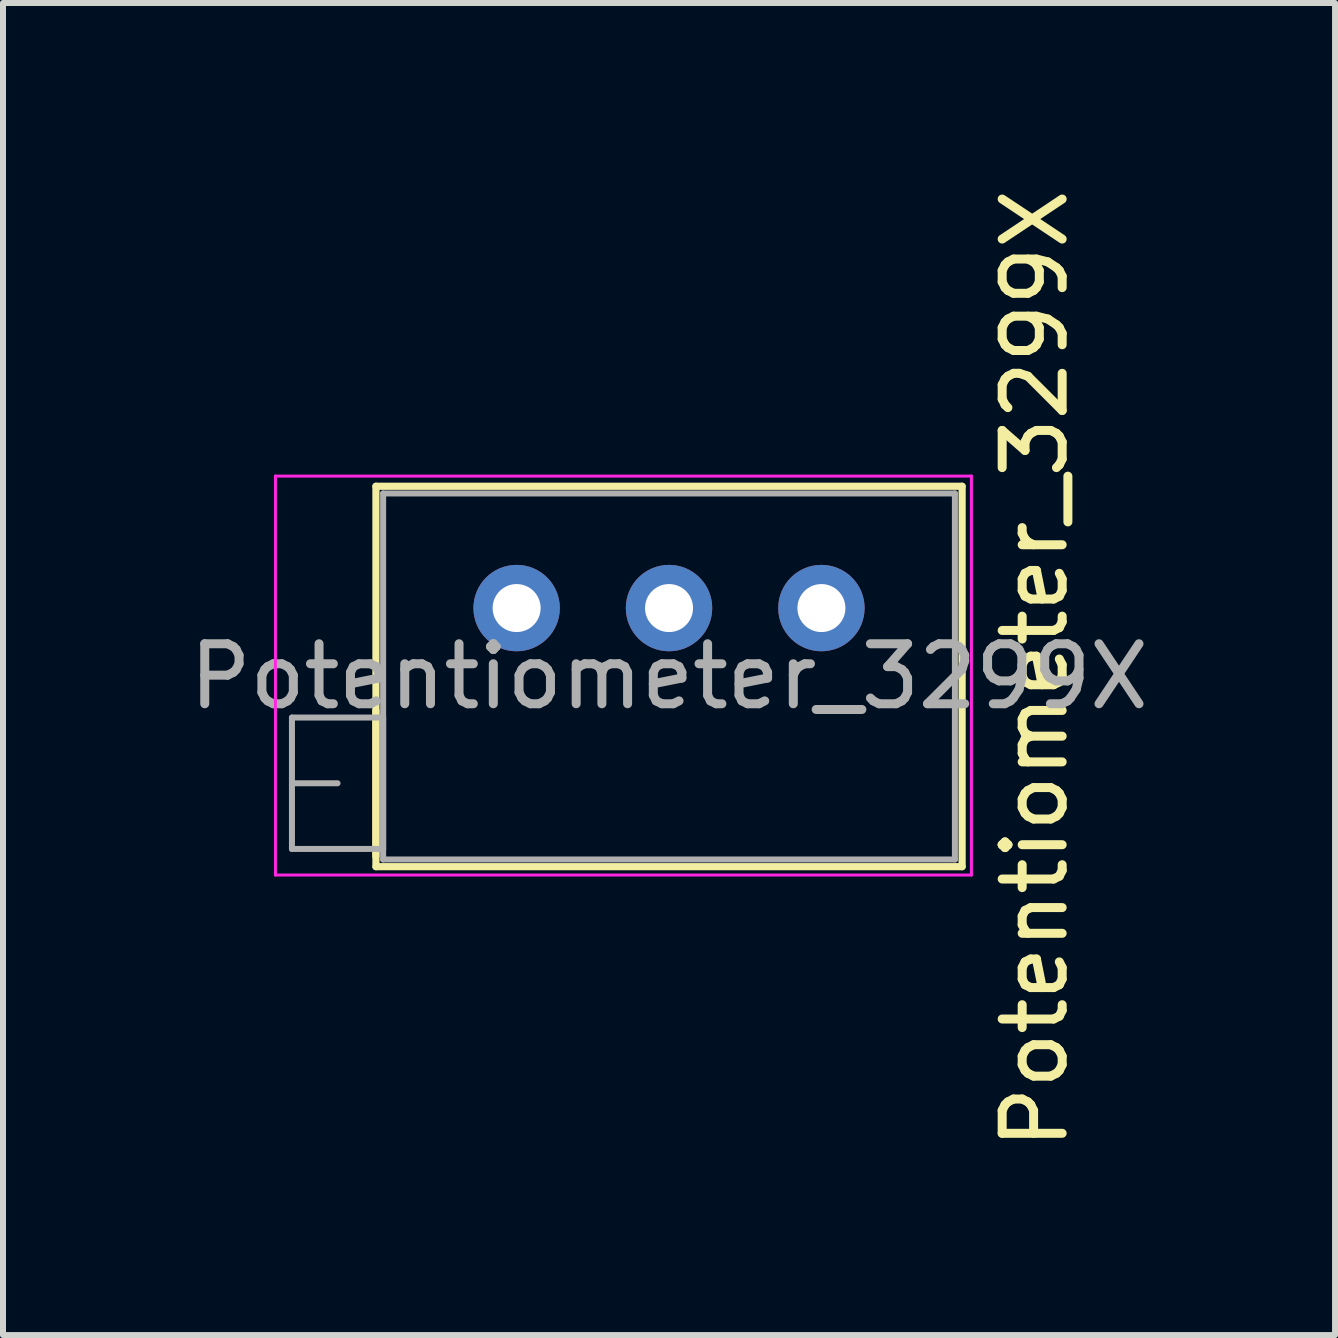
<source format=kicad_pcb>
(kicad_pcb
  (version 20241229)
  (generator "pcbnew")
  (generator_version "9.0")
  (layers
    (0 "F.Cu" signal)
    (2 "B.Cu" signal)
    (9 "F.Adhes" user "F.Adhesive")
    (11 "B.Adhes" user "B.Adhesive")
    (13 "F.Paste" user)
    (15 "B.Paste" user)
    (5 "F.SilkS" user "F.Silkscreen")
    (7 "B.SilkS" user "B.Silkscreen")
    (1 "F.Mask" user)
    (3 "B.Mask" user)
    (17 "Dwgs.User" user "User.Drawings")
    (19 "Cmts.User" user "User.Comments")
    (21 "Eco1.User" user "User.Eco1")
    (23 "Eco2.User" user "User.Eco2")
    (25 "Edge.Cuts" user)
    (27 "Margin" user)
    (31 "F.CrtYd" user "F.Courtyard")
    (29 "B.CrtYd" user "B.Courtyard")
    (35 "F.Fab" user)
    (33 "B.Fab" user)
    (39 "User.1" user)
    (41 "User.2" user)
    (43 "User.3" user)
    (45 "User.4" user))
  (footprint "Potentiometer_3299X"
    (layer "F.Cu")
    (at 10.641 7.085)
    (property "Reference" "Potentiometer_3299X" (at 3.558 1.016 90) (layer "F.SilkS") (effects (font (size 1 1) (thickness 0.15))))
    (attr through_hole)
    (fp_line (start -7.426 1.705) (end -7.426 4.135) (stroke (width 0.12) (type solid)) (layer "F.SilkS"))
    (fp_line (start -7.425 -2.03) (end -7.425 4.31) (stroke (width 0.12) (type solid)) (layer "F.SilkS"))
    (fp_line (start -7.425 -2.03) (end 2.345 -2.03) (stroke (width 0.12) (type solid)) (layer "F.SilkS"))
    (fp_line (start -7.425 4.31) (end 2.345 4.31) (stroke (width 0.12) (type solid)) (layer "F.SilkS"))
    (fp_line (start 2.345 -2.03) (end 2.345 4.31) (stroke (width 0.12) (type solid)) (layer "F.SilkS"))
    (fp_line (start -9.1 -2.2) (end -9.1 4.45) (stroke (width 0.05) (type solid)) (layer "F.CrtYd"))
    (fp_line (start -9.1 4.45) (end 2.5 4.45) (stroke (width 0.05) (type solid)) (layer "F.CrtYd"))
    (fp_line (start 2.5 -2.2) (end -9.1 -2.2) (stroke (width 0.05) (type solid)) (layer "F.CrtYd"))
    (fp_line (start 2.5 4.45) (end 2.5 -2.2) (stroke (width 0.05) (type solid)) (layer "F.CrtYd"))
    (fp_line (start -8.825 1.825) (end -8.825 4.015) (stroke (width 0.1) (type solid)) (layer "F.Fab"))
    (fp_line (start -8.825 2.92) (end -8.065 2.92) (stroke (width 0.1) (type solid)) (layer "F.Fab"))
    (fp_line (start -8.825 4.015) (end -7.305 4.015) (stroke (width 0.1) (type solid)) (layer "F.Fab"))
    (fp_line (start -7.305 -1.91) (end -7.305 4.19) (stroke (width 0.1) (type solid)) (layer "F.Fab"))
    (fp_line (start -7.305 1.825) (end -8.825 1.825) (stroke (width 0.1) (type solid)) (layer "F.Fab"))
    (fp_line (start -7.305 4.015) (end -7.305 1.825) (stroke (width 0.1) (type solid)) (layer "F.Fab"))
    (fp_line (start -7.305 4.19) (end 2.225 4.19) (stroke (width 0.1) (type solid)) (layer "F.Fab"))
    (fp_line (start 2.225 -1.91) (end -7.305 -1.91) (stroke (width 0.1) (type solid)) (layer "F.Fab"))
    (fp_line (start 2.225 4.19) (end 2.225 -1.91) (stroke (width 0.1) (type solid)) (layer "F.Fab"))
    (fp_text user "${REFERENCE}" (at -2.54 1.14 0) (layer "F.Fab") (effects (font (size 1 1) (thickness 0.15))))
    (pad "1" thru_hole circle (at 0 0) (size 1.44 1.44) (drill 0.8) (layers "*.Cu" "*.Mask"))
    (pad "2" thru_hole circle (at -2.54 0) (size 1.44 1.44) (drill 0.8) (layers "*.Cu" "*.Mask"))
    (pad "3" thru_hole circle (at -5.08 0) (size 1.44 1.44) (drill 0.8) (layers "*.Cu" "*.Mask")))
  (gr_rect
    (start -3 -3)
    (end 19.202 19.202)
    (stroke (width 0.1) (type default))
    (fill no)
    (layer "Edge.Cuts")))
</source>
